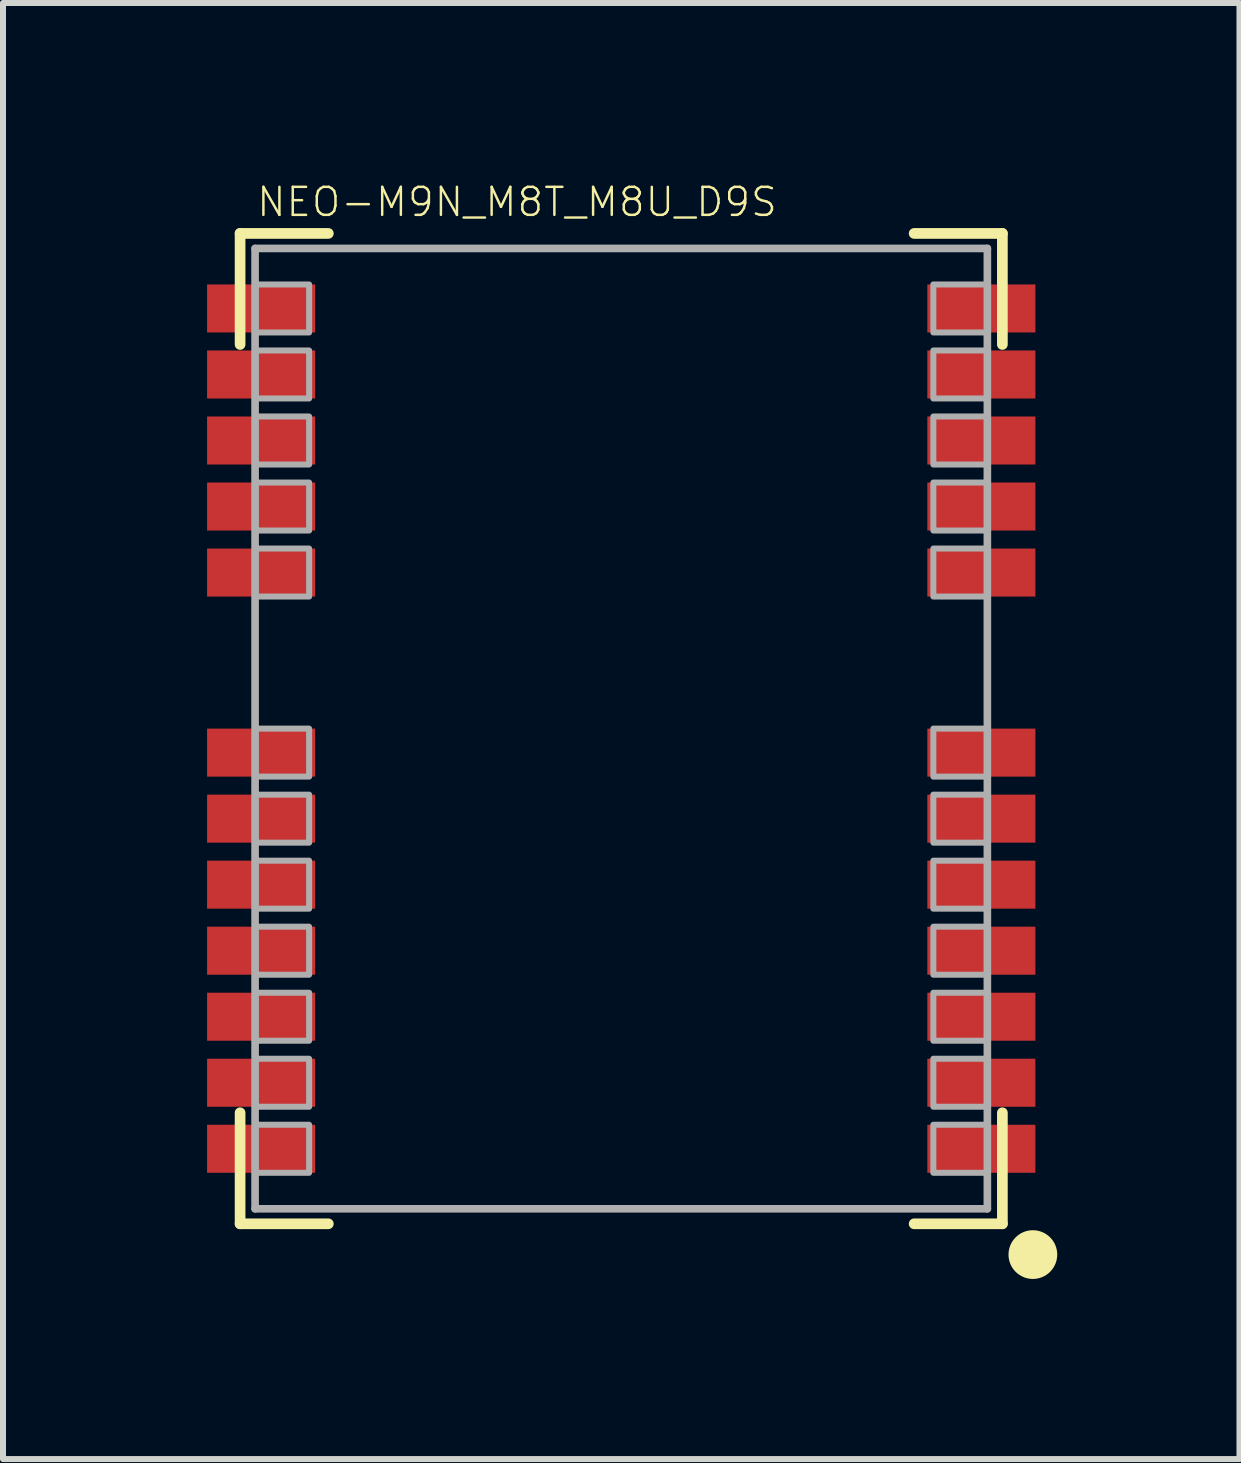
<source format=kicad_pcb>
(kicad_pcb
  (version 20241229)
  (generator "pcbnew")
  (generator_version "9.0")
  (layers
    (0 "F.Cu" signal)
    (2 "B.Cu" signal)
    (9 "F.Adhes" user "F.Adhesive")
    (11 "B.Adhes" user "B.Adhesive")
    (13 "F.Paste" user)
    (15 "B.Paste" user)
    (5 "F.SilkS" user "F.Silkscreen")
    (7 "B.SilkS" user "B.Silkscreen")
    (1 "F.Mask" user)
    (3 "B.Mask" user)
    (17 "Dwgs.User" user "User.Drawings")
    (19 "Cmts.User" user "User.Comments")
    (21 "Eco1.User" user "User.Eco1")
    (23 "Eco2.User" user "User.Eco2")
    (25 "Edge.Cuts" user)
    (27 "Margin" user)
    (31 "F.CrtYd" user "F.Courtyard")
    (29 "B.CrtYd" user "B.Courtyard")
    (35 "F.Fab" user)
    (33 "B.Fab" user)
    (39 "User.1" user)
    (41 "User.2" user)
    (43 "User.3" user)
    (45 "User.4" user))
  (footprint "NEO-M9N_M8T_M8U_D9S"
    (layer "F.Cu")
    (at 7.3 9.089)
    (property "Reference" "NEO-M9N_M8T_M8U_D9S" (at -6.1 -8.5 0) (layer "F.SilkS") (effects (font (size 0.467 0.467) (thickness 0.041)) (justify left bottom)))
    (fp_line (start -6.35 -8.25) (end -4.88 -8.25) (stroke (width 0.178) (type solid)) (layer "F.SilkS"))
    (fp_line (start -6.35 -6.4) (end -6.35 -8.25) (stroke (width 0.178) (type solid)) (layer "F.SilkS"))
    (fp_line (start -6.35 8.25) (end -6.35 6.4) (stroke (width 0.178) (type solid)) (layer "F.SilkS"))
    (fp_line (start -4.88 8.25) (end -6.35 8.25) (stroke (width 0.178) (type solid)) (layer "F.SilkS"))
    (fp_line (start 4.88 -8.25) (end 6.35 -8.25) (stroke (width 0.178) (type solid)) (layer "F.SilkS"))
    (fp_line (start 6.35 -8.25) (end 6.35 -6.4) (stroke (width 0.178) (type solid)) (layer "F.SilkS"))
    (fp_line (start 6.35 6.4) (end 6.35 8.25) (stroke (width 0.178) (type solid)) (layer "F.SilkS"))
    (fp_line (start 6.35 8.25) (end 4.88 8.25) (stroke (width 0.178) (type solid)) (layer "F.SilkS"))
    (fp_circle (center 6.858 8.763) (end 7.061 8.763) (stroke (width 0.406) (type solid)) (fill yes) (layer "F.SilkS"))
    (fp_poly (pts (xy -6.1 -7.4) (xy -7.3 -7.4) (xy -7.3 -6.6) (xy -6.1 -6.6)) (stroke (width 0) (type default)) (fill yes) (layer "F.Paste"))
    (fp_poly (pts (xy -6.1 -6.3) (xy -7.3 -6.3) (xy -7.3 -5.5) (xy -6.1 -5.5)) (stroke (width 0) (type default)) (fill yes) (layer "F.Paste"))
    (fp_poly (pts (xy -6.1 -5.2) (xy -7.3 -5.2) (xy -7.3 -4.4) (xy -6.1 -4.4)) (stroke (width 0) (type default)) (fill yes) (layer "F.Paste"))
    (fp_poly (pts (xy -6.1 -4.1) (xy -7.3 -4.1) (xy -7.3 -3.3) (xy -6.1 -3.3)) (stroke (width 0) (type default)) (fill yes) (layer "F.Paste"))
    (fp_poly (pts (xy -6.1 -3) (xy -7.3 -3) (xy -7.3 -2.2) (xy -6.1 -2.2)) (stroke (width 0) (type default)) (fill yes) (layer "F.Paste"))
    (fp_poly (pts (xy -6.1 0) (xy -7.3 0) (xy -7.3 0.8) (xy -6.1 0.8)) (stroke (width 0) (type default)) (fill yes) (layer "F.Paste"))
    (fp_poly (pts (xy -6.1 1.1) (xy -7.3 1.1) (xy -7.3 1.9) (xy -6.1 1.9)) (stroke (width 0) (type default)) (fill yes) (layer "F.Paste"))
    (fp_poly (pts (xy -6.1 2.2) (xy -7.3 2.2) (xy -7.3 3) (xy -6.1 3)) (stroke (width 0) (type default)) (fill yes) (layer "F.Paste"))
    (fp_poly (pts (xy -6.1 3.3) (xy -7.3 3.3) (xy -7.3 4.1) (xy -6.1 4.1)) (stroke (width 0) (type default)) (fill yes) (layer "F.Paste"))
    (fp_poly (pts (xy -6.1 4.4) (xy -7.3 4.4) (xy -7.3 5.2) (xy -6.1 5.2)) (stroke (width 0) (type default)) (fill yes) (layer "F.Paste"))
    (fp_poly (pts (xy -6.1 5.5) (xy -7.3 5.5) (xy -7.3 6.3) (xy -6.1 6.3)) (stroke (width 0) (type default)) (fill yes) (layer "F.Paste"))
    (fp_poly (pts (xy -6.1 6.6) (xy -7.3 6.6) (xy -7.3 7.4) (xy -6.1 7.4)) (stroke (width 0) (type default)) (fill yes) (layer "F.Paste"))
    (fp_poly (pts (xy -5.2 -7.3) (xy -6.1 -7.3) (xy -6.1 -6.7) (xy -5.2 -6.7)) (stroke (width 0) (type default)) (fill yes) (layer "F.Paste"))
    (fp_poly (pts (xy -5.2 -6.2) (xy -6.1 -6.2) (xy -6.1 -5.6) (xy -5.2 -5.6)) (stroke (width 0) (type default)) (fill yes) (layer "F.Paste"))
    (fp_poly (pts (xy -5.2 -5.1) (xy -6.1 -5.1) (xy -6.1 -4.5) (xy -5.2 -4.5)) (stroke (width 0) (type default)) (fill yes) (layer "F.Paste"))
    (fp_poly (pts (xy -5.2 -4) (xy -6.1 -4) (xy -6.1 -3.4) (xy -5.2 -3.4)) (stroke (width 0) (type default)) (fill yes) (layer "F.Paste"))
    (fp_poly (pts (xy -5.2 -2.9) (xy -6.1 -2.9) (xy -6.1 -2.3) (xy -5.2 -2.3)) (stroke (width 0) (type default)) (fill yes) (layer "F.Paste"))
    (fp_poly (pts (xy -5.2 0.1) (xy -6.1 0.1) (xy -6.1 0.7) (xy -5.2 0.7)) (stroke (width 0) (type default)) (fill yes) (layer "F.Paste"))
    (fp_poly (pts (xy -5.2 1.2) (xy -6.1 1.2) (xy -6.1 1.8) (xy -5.2 1.8)) (stroke (width 0) (type default)) (fill yes) (layer "F.Paste"))
    (fp_poly (pts (xy -5.2 2.3) (xy -6.1 2.3) (xy -6.1 2.9) (xy -5.2 2.9)) (stroke (width 0) (type default)) (fill yes) (layer "F.Paste"))
    (fp_poly (pts (xy -5.2 3.4) (xy -6.1 3.4) (xy -6.1 4) (xy -5.2 4)) (stroke (width 0) (type default)) (fill yes) (layer "F.Paste"))
    (fp_poly (pts (xy -5.2 4.5) (xy -6.1 4.5) (xy -6.1 5.1) (xy -5.2 5.1)) (stroke (width 0) (type default)) (fill yes) (layer "F.Paste"))
    (fp_poly (pts (xy -5.2 5.6) (xy -6.1 5.6) (xy -6.1 6.2) (xy -5.2 6.2)) (stroke (width 0) (type default)) (fill yes) (layer "F.Paste"))
    (fp_poly (pts (xy -5.2 6.7) (xy -6.1 6.7) (xy -6.1 7.3) (xy -5.2 7.3)) (stroke (width 0) (type default)) (fill yes) (layer "F.Paste"))
    (fp_poly (pts (xy 5.2 -6.7) (xy 6.1 -6.7) (xy 6.1 -7.3) (xy 5.2 -7.3)) (stroke (width 0) (type default)) (fill yes) (layer "F.Paste"))
    (fp_poly (pts (xy 5.2 -5.6) (xy 6.1 -5.6) (xy 6.1 -6.2) (xy 5.2 -6.2)) (stroke (width 0) (type default)) (fill yes) (layer "F.Paste"))
    (fp_poly (pts (xy 5.2 -4.5) (xy 6.1 -4.5) (xy 6.1 -5.1) (xy 5.2 -5.1)) (stroke (width 0) (type default)) (fill yes) (layer "F.Paste"))
    (fp_poly (pts (xy 5.2 -3.4) (xy 6.1 -3.4) (xy 6.1 -4) (xy 5.2 -4)) (stroke (width 0) (type default)) (fill yes) (layer "F.Paste"))
    (fp_poly (pts (xy 5.2 -2.3) (xy 6.1 -2.3) (xy 6.1 -2.9) (xy 5.2 -2.9)) (stroke (width 0) (type default)) (fill yes) (layer "F.Paste"))
    (fp_poly (pts (xy 5.2 0.7) (xy 6.1 0.7) (xy 6.1 0.1) (xy 5.2 0.1)) (stroke (width 0) (type default)) (fill yes) (layer "F.Paste"))
    (fp_poly (pts (xy 5.2 1.8) (xy 6.1 1.8) (xy 6.1 1.2) (xy 5.2 1.2)) (stroke (width 0) (type default)) (fill yes) (layer "F.Paste"))
    (fp_poly (pts (xy 5.2 2.9) (xy 6.1 2.9) (xy 6.1 2.3) (xy 5.2 2.3)) (stroke (width 0) (type default)) (fill yes) (layer "F.Paste"))
    (fp_poly (pts (xy 5.2 4) (xy 6.1 4) (xy 6.1 3.4) (xy 5.2 3.4)) (stroke (width 0) (type default)) (fill yes) (layer "F.Paste"))
    (fp_poly (pts (xy 5.2 5.1) (xy 6.1 5.1) (xy 6.1 4.5) (xy 5.2 4.5)) (stroke (width 0) (type default)) (fill yes) (layer "F.Paste"))
    (fp_poly (pts (xy 5.2 6.2) (xy 6.1 6.2) (xy 6.1 5.6) (xy 5.2 5.6)) (stroke (width 0) (type default)) (fill yes) (layer "F.Paste"))
    (fp_poly (pts (xy 5.2 7.3) (xy 6.1 7.3) (xy 6.1 6.7) (xy 5.2 6.7)) (stroke (width 0) (type default)) (fill yes) (layer "F.Paste"))
    (fp_poly (pts (xy 6.1 -6.6) (xy 7.3 -6.6) (xy 7.3 -7.4) (xy 6.1 -7.4)) (stroke (width 0) (type default)) (fill yes) (layer "F.Paste"))
    (fp_poly (pts (xy 6.1 -5.5) (xy 7.3 -5.5) (xy 7.3 -6.3) (xy 6.1 -6.3)) (stroke (width 0) (type default)) (fill yes) (layer "F.Paste"))
    (fp_poly (pts (xy 6.1 -4.4) (xy 7.3 -4.4) (xy 7.3 -5.2) (xy 6.1 -5.2)) (stroke (width 0) (type default)) (fill yes) (layer "F.Paste"))
    (fp_poly (pts (xy 6.1 -3.3) (xy 7.3 -3.3) (xy 7.3 -4.1) (xy 6.1 -4.1)) (stroke (width 0) (type default)) (fill yes) (layer "F.Paste"))
    (fp_poly (pts (xy 6.1 -2.2) (xy 7.3 -2.2) (xy 7.3 -3) (xy 6.1 -3)) (stroke (width 0) (type default)) (fill yes) (layer "F.Paste"))
    (fp_poly (pts (xy 6.1 0.8) (xy 7.3 0.8) (xy 7.3 0) (xy 6.1 0)) (stroke (width 0) (type default)) (fill yes) (layer "F.Paste"))
    (fp_poly (pts (xy 6.1 1.9) (xy 7.3 1.9) (xy 7.3 1.1) (xy 6.1 1.1)) (stroke (width 0) (type default)) (fill yes) (layer "F.Paste"))
    (fp_poly (pts (xy 6.1 3) (xy 7.3 3) (xy 7.3 2.2) (xy 6.1 2.2)) (stroke (width 0) (type default)) (fill yes) (layer "F.Paste"))
    (fp_poly (pts (xy 6.1 4.1) (xy 7.3 4.1) (xy 7.3 3.3) (xy 6.1 3.3)) (stroke (width 0) (type default)) (fill yes) (layer "F.Paste"))
    (fp_poly (pts (xy 6.1 5.2) (xy 7.3 5.2) (xy 7.3 4.4) (xy 6.1 4.4)) (stroke (width 0) (type default)) (fill yes) (layer "F.Paste"))
    (fp_poly (pts (xy 6.1 6.3) (xy 7.3 6.3) (xy 7.3 5.5) (xy 6.1 5.5)) (stroke (width 0) (type default)) (fill yes) (layer "F.Paste"))
    (fp_poly (pts (xy 6.1 7.4) (xy 7.3 7.4) (xy 7.3 6.6) (xy 6.1 6.6)) (stroke (width 0) (type default)) (fill yes) (layer "F.Paste"))
    (fp_line (start -6.1 -8) (end 6.1 -8) (stroke (width 0.127) (type solid)) (layer "F.Fab"))
    (fp_line (start -6.1 8) (end -6.1 -8) (stroke (width 0.127) (type solid)) (layer "F.Fab"))
    (fp_line (start 6.1 -8) (end 6.1 8) (stroke (width 0.127) (type solid)) (layer "F.Fab"))
    (fp_line (start 6.1 8) (end -6.1 8) (stroke (width 0.127) (type solid)) (layer "F.Fab"))
    (fp_poly (pts (xy -6.1 -6.6) (xy -5.2 -6.6) (xy -5.2 -7.4) (xy -6.1 -7.4)) (stroke (width 0.1) (type default)) (fill no) (layer "F.Fab"))
    (fp_poly (pts (xy -6.1 -5.5) (xy -5.2 -5.5) (xy -5.2 -6.3) (xy -6.1 -6.3)) (stroke (width 0.1) (type default)) (fill no) (layer "F.Fab"))
    (fp_poly (pts (xy -6.1 -4.4) (xy -5.2 -4.4) (xy -5.2 -5.2) (xy -6.1 -5.2)) (stroke (width 0.1) (type default)) (fill no) (layer "F.Fab"))
    (fp_poly (pts (xy -6.1 -3.3) (xy -5.2 -3.3) (xy -5.2 -4.1) (xy -6.1 -4.1)) (stroke (width 0.1) (type default)) (fill no) (layer "F.Fab"))
    (fp_poly (pts (xy -6.1 -2.2) (xy -5.2 -2.2) (xy -5.2 -3) (xy -6.1 -3)) (stroke (width 0.1) (type default)) (fill no) (layer "F.Fab"))
    (fp_poly (pts (xy -6.1 0.8) (xy -5.2 0.8) (xy -5.2 0) (xy -6.1 0)) (stroke (width 0.1) (type default)) (fill no) (layer "F.Fab"))
    (fp_poly (pts (xy -6.1 1.9) (xy -5.2 1.9) (xy -5.2 1.1) (xy -6.1 1.1)) (stroke (width 0.1) (type default)) (fill no) (layer "F.Fab"))
    (fp_poly (pts (xy -6.1 3) (xy -5.2 3) (xy -5.2 2.2) (xy -6.1 2.2)) (stroke (width 0.1) (type default)) (fill no) (layer "F.Fab"))
    (fp_poly (pts (xy -6.1 4.1) (xy -5.2 4.1) (xy -5.2 3.3) (xy -6.1 3.3)) (stroke (width 0.1) (type default)) (fill no) (layer "F.Fab"))
    (fp_poly (pts (xy -6.1 5.2) (xy -5.2 5.2) (xy -5.2 4.4) (xy -6.1 4.4)) (stroke (width 0.1) (type default)) (fill no) (layer "F.Fab"))
    (fp_poly (pts (xy -6.1 6.3) (xy -5.2 6.3) (xy -5.2 5.5) (xy -6.1 5.5)) (stroke (width 0.1) (type default)) (fill no) (layer "F.Fab"))
    (fp_poly (pts (xy -6.1 7.4) (xy -5.2 7.4) (xy -5.2 6.6) (xy -6.1 6.6)) (stroke (width 0.1) (type default)) (fill no) (layer "F.Fab"))
    (fp_poly (pts (xy 5.2 -6.6) (xy 6.1 -6.6) (xy 6.1 -7.4) (xy 5.2 -7.4)) (stroke (width 0.1) (type default)) (fill no) (layer "F.Fab"))
    (fp_poly (pts (xy 5.2 -5.5) (xy 6.1 -5.5) (xy 6.1 -6.3) (xy 5.2 -6.3)) (stroke (width 0.1) (type default)) (fill no) (layer "F.Fab"))
    (fp_poly (pts (xy 5.2 -4.4) (xy 6.1 -4.4) (xy 6.1 -5.2) (xy 5.2 -5.2)) (stroke (width 0.1) (type default)) (fill no) (layer "F.Fab"))
    (fp_poly (pts (xy 5.2 -3.3) (xy 6.1 -3.3) (xy 6.1 -4.1) (xy 5.2 -4.1)) (stroke (width 0.1) (type default)) (fill no) (layer "F.Fab"))
    (fp_poly (pts (xy 5.2 -2.2) (xy 6.1 -2.2) (xy 6.1 -3) (xy 5.2 -3)) (stroke (width 0.1) (type default)) (fill no) (layer "F.Fab"))
    (fp_poly (pts (xy 5.2 0.8) (xy 6.1 0.8) (xy 6.1 0) (xy 5.2 0)) (stroke (width 0.1) (type default)) (fill no) (layer "F.Fab"))
    (fp_poly (pts (xy 5.2 1.9) (xy 6.1 1.9) (xy 6.1 1.1) (xy 5.2 1.1)) (stroke (width 0.1) (type default)) (fill no) (layer "F.Fab"))
    (fp_poly (pts (xy 5.2 3) (xy 6.1 3) (xy 6.1 2.2) (xy 5.2 2.2)) (stroke (width 0.1) (type default)) (fill no) (layer "F.Fab"))
    (fp_poly (pts (xy 5.2 4.1) (xy 6.1 4.1) (xy 6.1 3.3) (xy 5.2 3.3)) (stroke (width 0.1) (type default)) (fill no) (layer "F.Fab"))
    (fp_poly (pts (xy 5.2 5.2) (xy 6.1 5.2) (xy 6.1 4.4) (xy 5.2 4.4)) (stroke (width 0.1) (type default)) (fill no) (layer "F.Fab"))
    (fp_poly (pts (xy 5.2 6.3) (xy 6.1 6.3) (xy 6.1 5.5) (xy 5.2 5.5)) (stroke (width 0.1) (type default)) (fill no) (layer "F.Fab"))
    (fp_poly (pts (xy 5.2 7.4) (xy 6.1 7.4) (xy 6.1 6.6) (xy 5.2 6.6)) (stroke (width 0.1) (type default)) (fill no) (layer "F.Fab"))
    (pad "1" smd rect (at 6 7) (size 1.8 0.8) (layers "F.Cu" "F.Mask"))
    (pad "2" smd rect (at 6 5.9) (size 1.8 0.8) (layers "F.Cu" "F.Mask"))
    (pad "3" smd rect (at 6 4.8) (size 1.8 0.8) (layers "F.Cu" "F.Mask"))
    (pad "4" smd rect (at 6 3.7) (size 1.8 0.8) (layers "F.Cu" "F.Mask"))
    (pad "5" smd rect (at 6 2.6) (size 1.8 0.8) (layers "F.Cu" "F.Mask"))
    (pad "6" smd rect (at 6 1.5) (size 1.8 0.8) (layers "F.Cu" "F.Mask"))
    (pad "7" smd rect (at 6 0.4) (size 1.8 0.8) (layers "F.Cu" "F.Mask"))
    (pad "8" smd rect (at 6 -2.6) (size 1.8 0.8) (layers "F.Cu" "F.Mask"))
    (pad "9" smd rect (at 6 -3.7) (size 1.8 0.8) (layers "F.Cu" "F.Mask"))
    (pad "10" smd rect (at 6 -4.8) (size 1.8 0.8) (layers "F.Cu" "F.Mask"))
    (pad "11" smd rect (at 6 -5.9) (size 1.8 0.8) (layers "F.Cu" "F.Mask"))
    (pad "12" smd rect (at 6 -7) (size 1.8 0.8) (layers "F.Cu" "F.Mask"))
    (pad "13" smd rect (at -6 -7 180) (size 1.8 0.8) (layers "F.Cu" "F.Mask"))
    (pad "14" smd rect (at -6 -5.9 180) (size 1.8 0.8) (layers "F.Cu" "F.Mask"))
    (pad "15" smd rect (at -6 -4.8 180) (size 1.8 0.8) (layers "F.Cu" "F.Mask"))
    (pad "16" smd rect (at -6 -3.7 180) (size 1.8 0.8) (layers "F.Cu" "F.Mask"))
    (pad "17" smd rect (at -6 -2.6 180) (size 1.8 0.8) (layers "F.Cu" "F.Mask"))
    (pad "18" smd rect (at -6 0.4 180) (size 1.8 0.8) (layers "F.Cu" "F.Mask"))
    (pad "19" smd rect (at -6 1.5 180) (size 1.8 0.8) (layers "F.Cu" "F.Mask"))
    (pad "20" smd rect (at -6 2.6 180) (size 1.8 0.8) (layers "F.Cu" "F.Mask"))
    (pad "21" smd rect (at -6 3.7 180) (size 1.8 0.8) (layers "F.Cu" "F.Mask"))
    (pad "22" smd rect (at -6 4.8 180) (size 1.8 0.8) (layers "F.Cu" "F.Mask"))
    (pad "23" smd rect (at -6 5.9 180) (size 1.8 0.8) (layers "F.Cu" "F.Mask"))
    (pad "24" smd rect (at -6 7 180) (size 1.8 0.8) (layers "F.Cu" "F.Mask")))
  (gr_rect
    (start -3 -3)
    (end 17.6 21.259)
    (stroke (width 0.1) (type default))
    (fill no)
    (layer "Edge.Cuts")))
</source>
